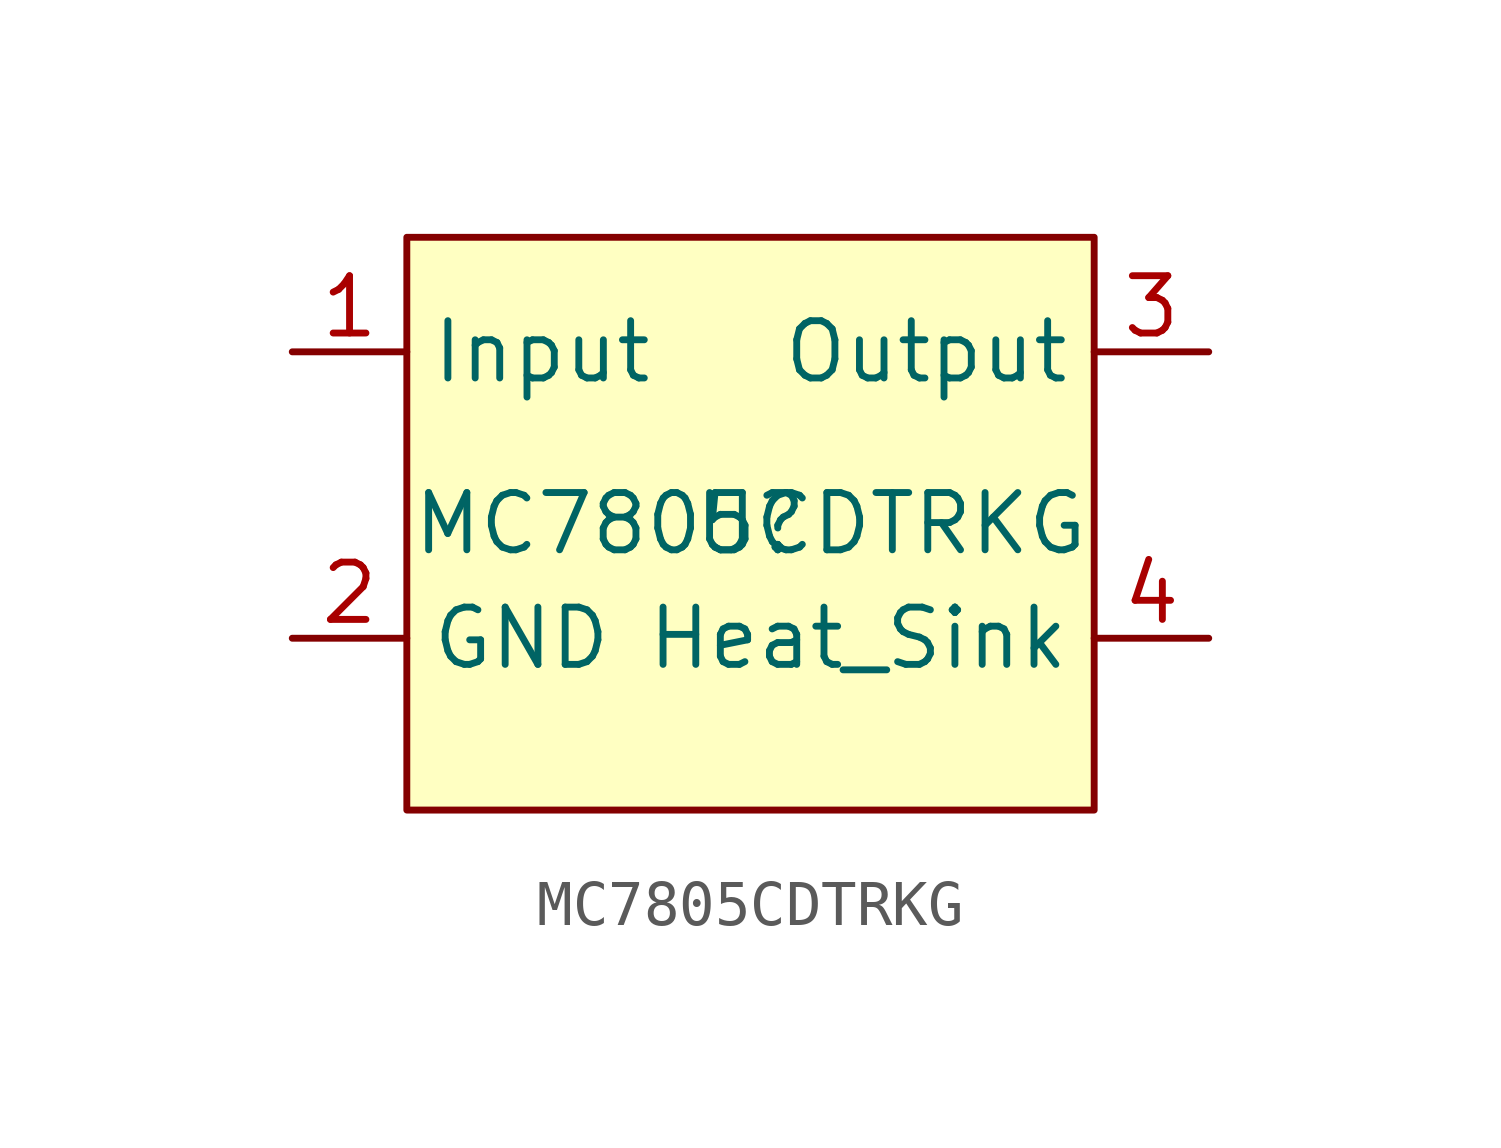
<source format=kicad_sym>
(kicad_symbol_lib
  (version 20211014)
  (generator kicad_symbol_editor)
  (symbol "MC7805CDTRKG"
    (property "Reference" "U"
      (at 0 0 0)
      (effects (font (size 1.27 1.27))))
    (property "Value" "MC7805CDTRKG"
      (at 0 0 0)
      (effects (font (size 1.27 1.27))))
    (symbol "MC7805CDTRKG_0_1"
      (rectangle (start -7.62 -6.35) (end 7.62 6.35) (stroke (width 0) (type default) (color 0 0 0 0)) (fill (type background))))
    (symbol "MC7805CDTRKG_1_1"
      (pin input line (at -10.16 3.81 0) (length 2.54) (name "Input" (effects (font (size 1.27 1.27)))) (number "1" (effects (font (size 1.27 1.27)))))
      (pin input line (at -10.16 -2.54 0) (length 2.54) (name "GND" (effects (font (size 1.27 1.27)))) (number "2" (effects (font (size 1.27 1.27)))))
      (pin input line (at 10.16 3.81 180) (length 2.54) (name "Output" (effects (font (size 1.27 1.27)))) (number "3" (effects (font (size 1.27 1.27)))))
      (pin input line (at 10.16 -2.54 180) (length 2.54) (name "Heat_Sink" (effects (font (size 1.27 1.27)))) (number "4" (effects (font (size 1.27 1.27))))))))
</source>
